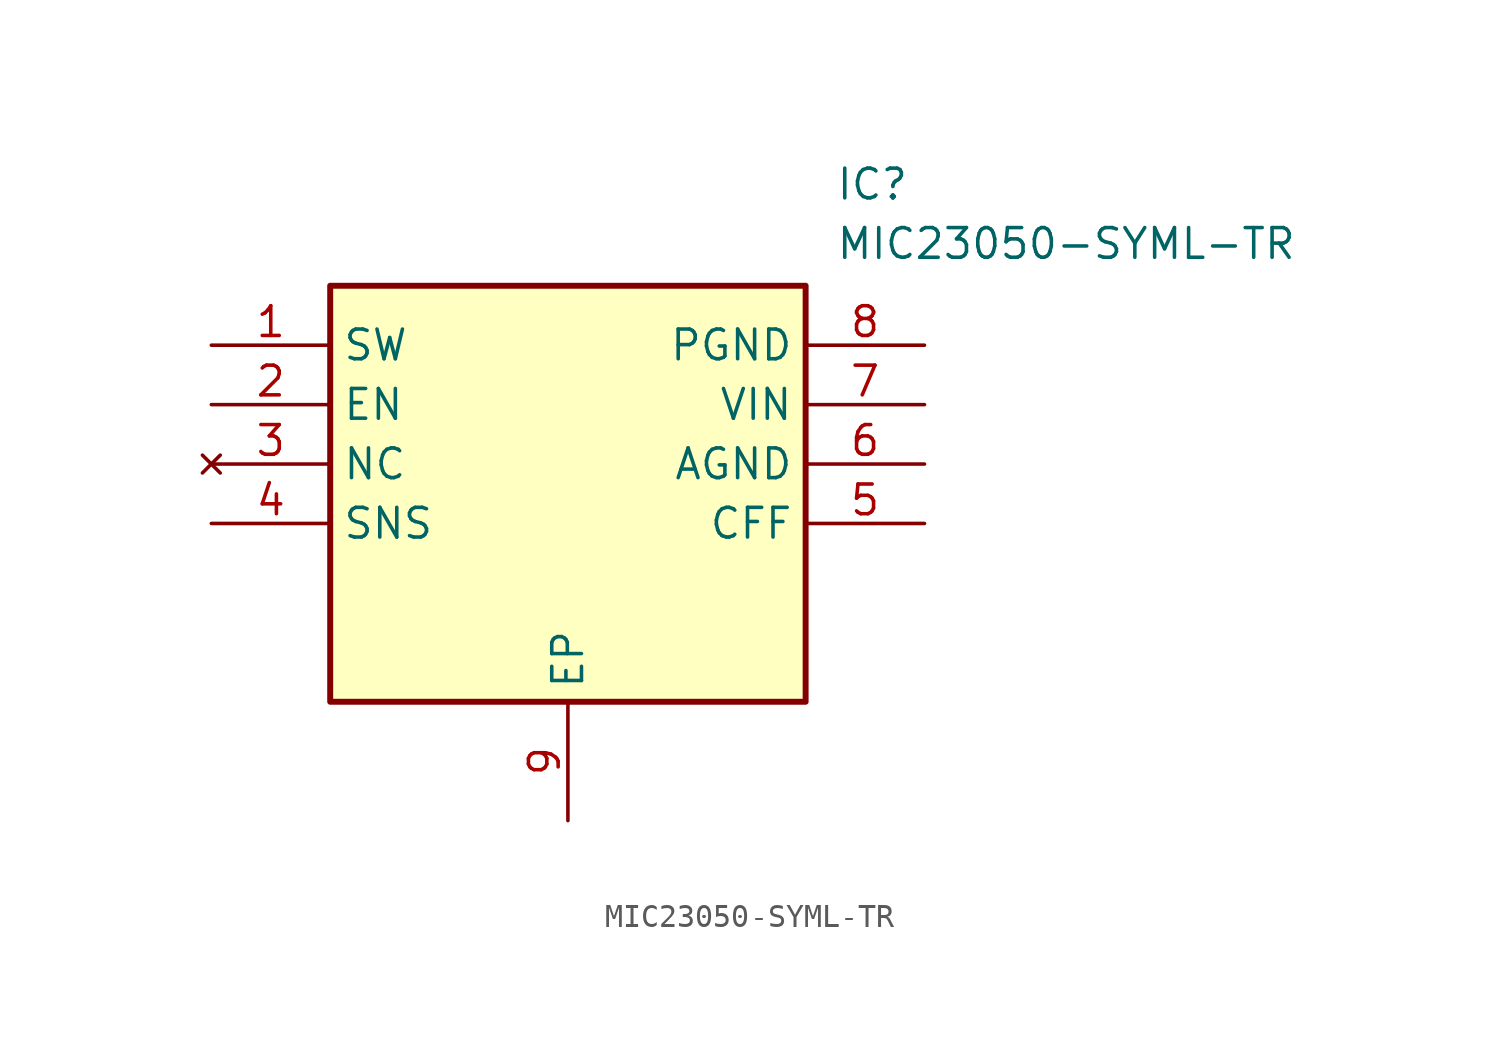
<source format=kicad_sym>
(kicad_symbol_lib
  (version 20211014)
  (generator SamacSys_ECAD_Model)
  (symbol "MIC23050-SYML-TR"
    (property "Reference" "IC"
      (at 26.67 7.62 0)
      (effects (font (size 1.27 1.27)) (justify left top)))
    (property "Value" "MIC23050-SYML-TR"
      (at 26.67 5.08 0)
      (effects (font (size 1.27 1.27)) (justify left top)))
    (rectangle
      (start 5.08 2.54)
      (end 25.4 -15.24)
      (stroke (width 0.254) (type default))
      (fill (type background)))
    (pin passive line
      (at 0 0 0)
      (length 5.08)
      (name "SW" (effects (font (size 1.27 1.27))))
      (number "1" (effects (font (size 1.27 1.27)))))
    (pin passive line
      (at 0 -2.54 0)
      (length 5.08)
      (name "EN" (effects (font (size 1.27 1.27))))
      (number "2" (effects (font (size 1.27 1.27)))))
    (pin no_connect line
      (at 0 -5.08 0)
      (length 5.08)
      (name "NC" (effects (font (size 1.27 1.27))))
      (number "3" (effects (font (size 1.27 1.27)))))
    (pin passive line
      (at 0 -7.62 0)
      (length 5.08)
      (name "SNS" (effects (font (size 1.27 1.27))))
      (number "4" (effects (font (size 1.27 1.27)))))
    (pin passive line
      (at 15.24 -20.32 90)
      (length 5.08)
      (name "EP" (effects (font (size 1.27 1.27))))
      (number "9" (effects (font (size 1.27 1.27)))))
    (pin passive line
      (at 30.48 0 180)
      (length 5.08)
      (name "PGND" (effects (font (size 1.27 1.27))))
      (number "8" (effects (font (size 1.27 1.27)))))
    (pin passive line
      (at 30.48 -2.54 180)
      (length 5.08)
      (name "VIN" (effects (font (size 1.27 1.27))))
      (number "7" (effects (font (size 1.27 1.27)))))
    (pin passive line
      (at 30.48 -5.08 180)
      (length 5.08)
      (name "AGND" (effects (font (size 1.27 1.27))))
      (number "6" (effects (font (size 1.27 1.27)))))
    (pin passive line
      (at 30.48 -7.62 180)
      (length 5.08)
      (name "CFF" (effects (font (size 1.27 1.27))))
      (number "5" (effects (font (size 1.27 1.27)))))))
</source>
